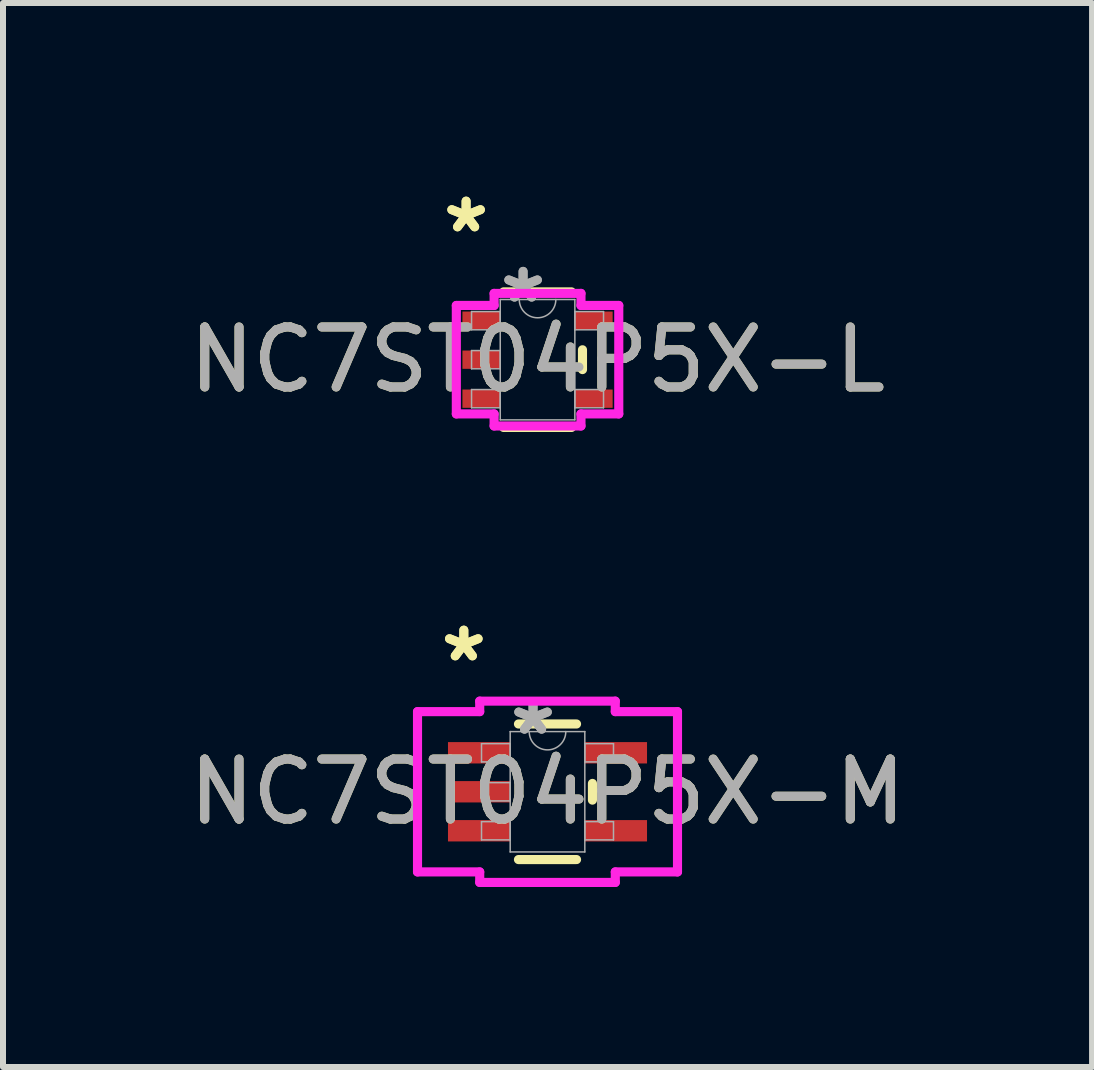
<source format=kicad_pcb>
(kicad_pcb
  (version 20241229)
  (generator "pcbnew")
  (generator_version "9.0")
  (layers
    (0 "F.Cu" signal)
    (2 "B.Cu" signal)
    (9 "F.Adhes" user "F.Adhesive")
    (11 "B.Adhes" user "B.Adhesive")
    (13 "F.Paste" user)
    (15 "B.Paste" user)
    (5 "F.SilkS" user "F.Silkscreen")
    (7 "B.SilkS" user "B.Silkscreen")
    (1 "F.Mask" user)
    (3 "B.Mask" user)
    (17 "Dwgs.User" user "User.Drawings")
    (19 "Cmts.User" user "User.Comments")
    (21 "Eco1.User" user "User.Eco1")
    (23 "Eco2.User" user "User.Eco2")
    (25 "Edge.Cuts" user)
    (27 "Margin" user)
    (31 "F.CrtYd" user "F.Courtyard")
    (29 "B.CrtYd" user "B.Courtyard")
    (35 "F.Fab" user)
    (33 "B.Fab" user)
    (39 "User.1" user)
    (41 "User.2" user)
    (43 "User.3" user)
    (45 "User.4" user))
  (footprint "NC7ST04P5X-M"
    (layer "F.Cu")
    (at 6.077 10.149)
    (property "Reference" "NC7ST04P5X-M" (at 0 0 0) (unlocked yes) (layer "F.SilkS") (effects (font (size 1 1) (thickness 0.15))))
    (attr smd)
    (fp_line (start -0.484 1.13) (end 0.484 1.13) (stroke (width 0.152) (type solid)) (layer "F.SilkS"))
    (fp_line (start 0.484 -1.13) (end -0.484 -1.13) (stroke (width 0.152) (type solid)) (layer "F.SilkS"))
    (fp_line (start 0.749 0.139) (end 0.749 -0.139) (stroke (width 0.152) (type solid)) (layer "F.SilkS"))
    (fp_line (start -2.167 -1.336) (end -1.13 -1.336) (stroke (width 0.152) (type solid)) (layer "F.CrtYd"))
    (fp_line (start -2.167 1.336) (end -2.167 -1.336) (stroke (width 0.152) (type solid)) (layer "F.CrtYd"))
    (fp_line (start -2.167 1.336) (end -1.13 1.336) (stroke (width 0.152) (type solid)) (layer "F.CrtYd"))
    (fp_line (start -1.13 -1.511) (end 1.13 -1.511) (stroke (width 0.152) (type solid)) (layer "F.CrtYd"))
    (fp_line (start -1.13 -1.336) (end -1.13 -1.511) (stroke (width 0.152) (type solid)) (layer "F.CrtYd"))
    (fp_line (start -1.13 1.511) (end -1.13 1.336) (stroke (width 0.152) (type solid)) (layer "F.CrtYd"))
    (fp_line (start 1.13 -1.511) (end 1.13 -1.336) (stroke (width 0.152) (type solid)) (layer "F.CrtYd"))
    (fp_line (start 1.13 1.336) (end 1.13 1.511) (stroke (width 0.152) (type solid)) (layer "F.CrtYd"))
    (fp_line (start 1.13 1.511) (end -1.13 1.511) (stroke (width 0.152) (type solid)) (layer "F.CrtYd"))
    (fp_line (start 2.167 -1.336) (end 1.13 -1.336) (stroke (width 0.152) (type solid)) (layer "F.CrtYd"))
    (fp_line (start 2.167 -1.336) (end 2.167 1.336) (stroke (width 0.152) (type solid)) (layer "F.CrtYd"))
    (fp_line (start 2.167 1.336) (end 1.13 1.336) (stroke (width 0.152) (type solid)) (layer "F.CrtYd"))
    (fp_line (start -1.1 -0.802) (end -1.1 -0.498) (stroke (width 0.025) (type solid)) (layer "F.Fab"))
    (fp_line (start -1.1 -0.498) (end -0.622 -0.498) (stroke (width 0.025) (type solid)) (layer "F.Fab"))
    (fp_line (start -1.1 -0.152) (end -1.1 0.152) (stroke (width 0.025) (type solid)) (layer "F.Fab"))
    (fp_line (start -1.1 0.152) (end -0.622 0.152) (stroke (width 0.025) (type solid)) (layer "F.Fab"))
    (fp_line (start -1.1 0.498) (end -1.1 0.802) (stroke (width 0.025) (type solid)) (layer "F.Fab"))
    (fp_line (start -1.1 0.802) (end -0.622 0.802) (stroke (width 0.025) (type solid)) (layer "F.Fab"))
    (fp_line (start -0.622 -1.003) (end -0.622 1.003) (stroke (width 0.025) (type solid)) (layer "F.Fab"))
    (fp_line (start -0.622 -0.802) (end -1.1 -0.802) (stroke (width 0.025) (type solid)) (layer "F.Fab"))
    (fp_line (start -0.622 -0.498) (end -0.622 -0.802) (stroke (width 0.025) (type solid)) (layer "F.Fab"))
    (fp_line (start -0.622 -0.152) (end -1.1 -0.152) (stroke (width 0.025) (type solid)) (layer "F.Fab"))
    (fp_line (start -0.622 0.152) (end -0.622 -0.152) (stroke (width 0.025) (type solid)) (layer "F.Fab"))
    (fp_line (start -0.622 0.498) (end -1.1 0.498) (stroke (width 0.025) (type solid)) (layer "F.Fab"))
    (fp_line (start -0.622 0.802) (end -0.622 0.498) (stroke (width 0.025) (type solid)) (layer "F.Fab"))
    (fp_line (start -0.622 1.003) (end 0.622 1.003) (stroke (width 0.025) (type solid)) (layer "F.Fab"))
    (fp_line (start 0.622 -1.003) (end -0.622 -1.003) (stroke (width 0.025) (type solid)) (layer "F.Fab"))
    (fp_line (start 0.622 -0.802) (end 0.622 -0.498) (stroke (width 0.025) (type solid)) (layer "F.Fab"))
    (fp_line (start 0.622 -0.498) (end 1.1 -0.498) (stroke (width 0.025) (type solid)) (layer "F.Fab"))
    (fp_line (start 0.622 0.498) (end 0.622 0.802) (stroke (width 0.025) (type solid)) (layer "F.Fab"))
    (fp_line (start 0.622 0.802) (end 1.1 0.802) (stroke (width 0.025) (type solid)) (layer "F.Fab"))
    (fp_line (start 0.622 1.003) (end 0.622 -1.003) (stroke (width 0.025) (type solid)) (layer "F.Fab"))
    (fp_line (start 1.1 -0.802) (end 0.622 -0.802) (stroke (width 0.025) (type solid)) (layer "F.Fab"))
    (fp_line (start 1.1 -0.498) (end 1.1 -0.802) (stroke (width 0.025) (type solid)) (layer "F.Fab"))
    (fp_line (start 1.1 0.498) (end 0.622 0.498) (stroke (width 0.025) (type solid)) (layer "F.Fab"))
    (fp_line (start 1.1 0.802) (end 1.1 0.498) (stroke (width 0.025) (type solid)) (layer "F.Fab"))
    (fp_arc (start 0.3048 -1.0033) (mid 0 -0.6985) (end -0.3048 -1.0033) (stroke (width 0.0254) (type solid)) (layer "F.Fab"))
    (fp_text user "*" (at -1.395 -2.149 0) (unlocked yes) (layer "F.SilkS") (effects (font (size 1 1) (thickness 0.15))))
    (fp_text user "*" (at -1.395 -2.149 0) (layer "F.SilkS") (effects (font (size 1 1) (thickness 0.15))))
    (fp_text user "*" (at -0.241 -0.927 0) (unlocked yes) (layer "F.Fab") (effects (font (size 1 1) (thickness 0.15))))
    (fp_text user "*" (at -0.241 -0.927 0) (layer "F.Fab") (effects (font (size 1 1) (thickness 0.15))))
    (fp_text user "${REFERENCE}" (at 0 0 0) (unlocked yes) (layer "F.Fab") (effects (font (size 1 1) (thickness 0.15))))
    (pad "1" smd rect (at -1.141 -0.65) (size 1.036 0.356) (layers "F.Cu" "F.Mask" "F.Paste"))
    (pad "2" smd rect (at -1.141 0) (size 1.036 0.356) (layers "F.Cu" "F.Mask" "F.Paste"))
    (pad "3" smd rect (at -1.141 0.65) (size 1.036 0.356) (layers "F.Cu" "F.Mask" "F.Paste"))
    (pad "4" smd rect (at 1.141 0.65) (size 1.036 0.356) (layers "F.Cu" "F.Mask" "F.Paste"))
    (pad "5" smd rect (at 1.141 -0.65) (size 1.036 0.356) (layers "F.Cu" "F.Mask" "F.Paste")))
  (footprint "NC7ST04P5X-L"
    (layer "F.Cu")
    (at 5.911 2.946)
    (property "Reference" "NC7ST04P5X-L" (at 0 0 0) (unlocked yes) (layer "F.SilkS") (effects (font (size 1 1) (thickness 0.15))))
    (attr smd)
    (fp_line (start -0.566 1.13) (end 0.566 1.13) (stroke (width 0.152) (type solid)) (layer "F.SilkS"))
    (fp_line (start 0.566 -1.13) (end -0.566 -1.13) (stroke (width 0.152) (type solid)) (layer "F.SilkS"))
    (fp_line (start 0.749 0.165) (end 0.749 -0.165) (stroke (width 0.152) (type solid)) (layer "F.SilkS"))
    (fp_line (start -1.354 -0.904) (end -0.724 -0.904) (stroke (width 0.152) (type solid)) (layer "F.CrtYd"))
    (fp_line (start -1.354 0.904) (end -1.354 -0.904) (stroke (width 0.152) (type solid)) (layer "F.CrtYd"))
    (fp_line (start -1.354 0.904) (end -0.724 0.904) (stroke (width 0.152) (type solid)) (layer "F.CrtYd"))
    (fp_line (start -0.724 -1.105) (end 0.724 -1.105) (stroke (width 0.152) (type solid)) (layer "F.CrtYd"))
    (fp_line (start -0.724 -0.904) (end -0.724 -1.105) (stroke (width 0.152) (type solid)) (layer "F.CrtYd"))
    (fp_line (start -0.724 1.105) (end -0.724 0.904) (stroke (width 0.152) (type solid)) (layer "F.CrtYd"))
    (fp_line (start 0.724 -1.105) (end 0.724 -0.904) (stroke (width 0.152) (type solid)) (layer "F.CrtYd"))
    (fp_line (start 0.724 0.904) (end 0.724 1.105) (stroke (width 0.152) (type solid)) (layer "F.CrtYd"))
    (fp_line (start 0.724 1.105) (end -0.724 1.105) (stroke (width 0.152) (type solid)) (layer "F.CrtYd"))
    (fp_line (start 1.354 -0.904) (end 0.724 -0.904) (stroke (width 0.152) (type solid)) (layer "F.CrtYd"))
    (fp_line (start 1.354 -0.904) (end 1.354 0.904) (stroke (width 0.152) (type solid)) (layer "F.CrtYd"))
    (fp_line (start 1.354 0.904) (end 0.724 0.904) (stroke (width 0.152) (type solid)) (layer "F.CrtYd"))
    (fp_line (start -1.1 -0.802) (end -1.1 -0.498) (stroke (width 0.025) (type solid)) (layer "F.Fab"))
    (fp_line (start -1.1 -0.498) (end -0.622 -0.498) (stroke (width 0.025) (type solid)) (layer "F.Fab"))
    (fp_line (start -1.1 -0.152) (end -1.1 0.152) (stroke (width 0.025) (type solid)) (layer "F.Fab"))
    (fp_line (start -1.1 0.152) (end -0.622 0.152) (stroke (width 0.025) (type solid)) (layer "F.Fab"))
    (fp_line (start -1.1 0.498) (end -1.1 0.802) (stroke (width 0.025) (type solid)) (layer "F.Fab"))
    (fp_line (start -1.1 0.802) (end -0.622 0.802) (stroke (width 0.025) (type solid)) (layer "F.Fab"))
    (fp_line (start -0.622 -1.003) (end -0.622 1.003) (stroke (width 0.025) (type solid)) (layer "F.Fab"))
    (fp_line (start -0.622 -0.802) (end -1.1 -0.802) (stroke (width 0.025) (type solid)) (layer "F.Fab"))
    (fp_line (start -0.622 -0.498) (end -0.622 -0.802) (stroke (width 0.025) (type solid)) (layer "F.Fab"))
    (fp_line (start -0.622 -0.152) (end -1.1 -0.152) (stroke (width 0.025) (type solid)) (layer "F.Fab"))
    (fp_line (start -0.622 0.152) (end -0.622 -0.152) (stroke (width 0.025) (type solid)) (layer "F.Fab"))
    (fp_line (start -0.622 0.498) (end -1.1 0.498) (stroke (width 0.025) (type solid)) (layer "F.Fab"))
    (fp_line (start -0.622 0.802) (end -0.622 0.498) (stroke (width 0.025) (type solid)) (layer "F.Fab"))
    (fp_line (start -0.622 1.003) (end 0.622 1.003) (stroke (width 0.025) (type solid)) (layer "F.Fab"))
    (fp_line (start 0.622 -1.003) (end -0.622 -1.003) (stroke (width 0.025) (type solid)) (layer "F.Fab"))
    (fp_line (start 0.622 -0.802) (end 0.622 -0.498) (stroke (width 0.025) (type solid)) (layer "F.Fab"))
    (fp_line (start 0.622 -0.498) (end 1.1 -0.498) (stroke (width 0.025) (type solid)) (layer "F.Fab"))
    (fp_line (start 0.622 0.498) (end 0.622 0.802) (stroke (width 0.025) (type solid)) (layer "F.Fab"))
    (fp_line (start 0.622 0.802) (end 1.1 0.802) (stroke (width 0.025) (type solid)) (layer "F.Fab"))
    (fp_line (start 0.622 1.003) (end 0.622 -1.003) (stroke (width 0.025) (type solid)) (layer "F.Fab"))
    (fp_line (start 1.1 -0.802) (end 0.622 -0.802) (stroke (width 0.025) (type solid)) (layer "F.Fab"))
    (fp_line (start 1.1 -0.498) (end 1.1 -0.802) (stroke (width 0.025) (type solid)) (layer "F.Fab"))
    (fp_line (start 1.1 0.498) (end 0.622 0.498) (stroke (width 0.025) (type solid)) (layer "F.Fab"))
    (fp_line (start 1.1 0.802) (end 1.1 0.498) (stroke (width 0.025) (type solid)) (layer "F.Fab"))
    (fp_arc (start 0.3048 -1.0033) (mid 0 -0.6985) (end -0.3048 -1.0033) (stroke (width 0.0254) (type solid)) (layer "F.Fab"))
    (fp_text user "*" (at -1.191 -2.098 0) (unlocked yes) (layer "F.SilkS") (effects (font (size 1 1) (thickness 0.15))))
    (fp_text user "*" (at -1.191 -2.098 0) (layer "F.SilkS") (effects (font (size 1 1) (thickness 0.15))))
    (fp_text user "${REFERENCE}" (at 0 0 0) (unlocked yes) (layer "F.Fab") (effects (font (size 1 1) (thickness 0.15))))
    (fp_text user "*" (at -0.241 -0.927 0) (layer "F.Fab") (effects (font (size 1 1) (thickness 0.15))))
    (fp_text user "*" (at -0.241 -0.927 0) (unlocked yes) (layer "F.Fab") (effects (font (size 1 1) (thickness 0.15))))
    (pad "1" smd rect (at -0.937 -0.65) (size 0.63 0.305) (layers "F.Cu" "F.Mask" "F.Paste"))
    (pad "2" smd rect (at -0.937 0) (size 0.63 0.305) (layers "F.Cu" "F.Mask" "F.Paste"))
    (pad "3" smd rect (at -0.937 0.65) (size 0.63 0.305) (layers "F.Cu" "F.Mask" "F.Paste"))
    (pad "4" smd rect (at 0.937 0.65) (size 0.63 0.305) (layers "F.Cu" "F.Mask" "F.Paste"))
    (pad "5" smd rect (at 0.937 -0.65) (size 0.63 0.305) (layers "F.Cu" "F.Mask" "F.Paste")))
  (gr_rect
    (start -3 -3)
    (end 15.155 14.737)
    (stroke (width 0.1) (type default))
    (fill no)
    (layer "Edge.Cuts")))
</source>
